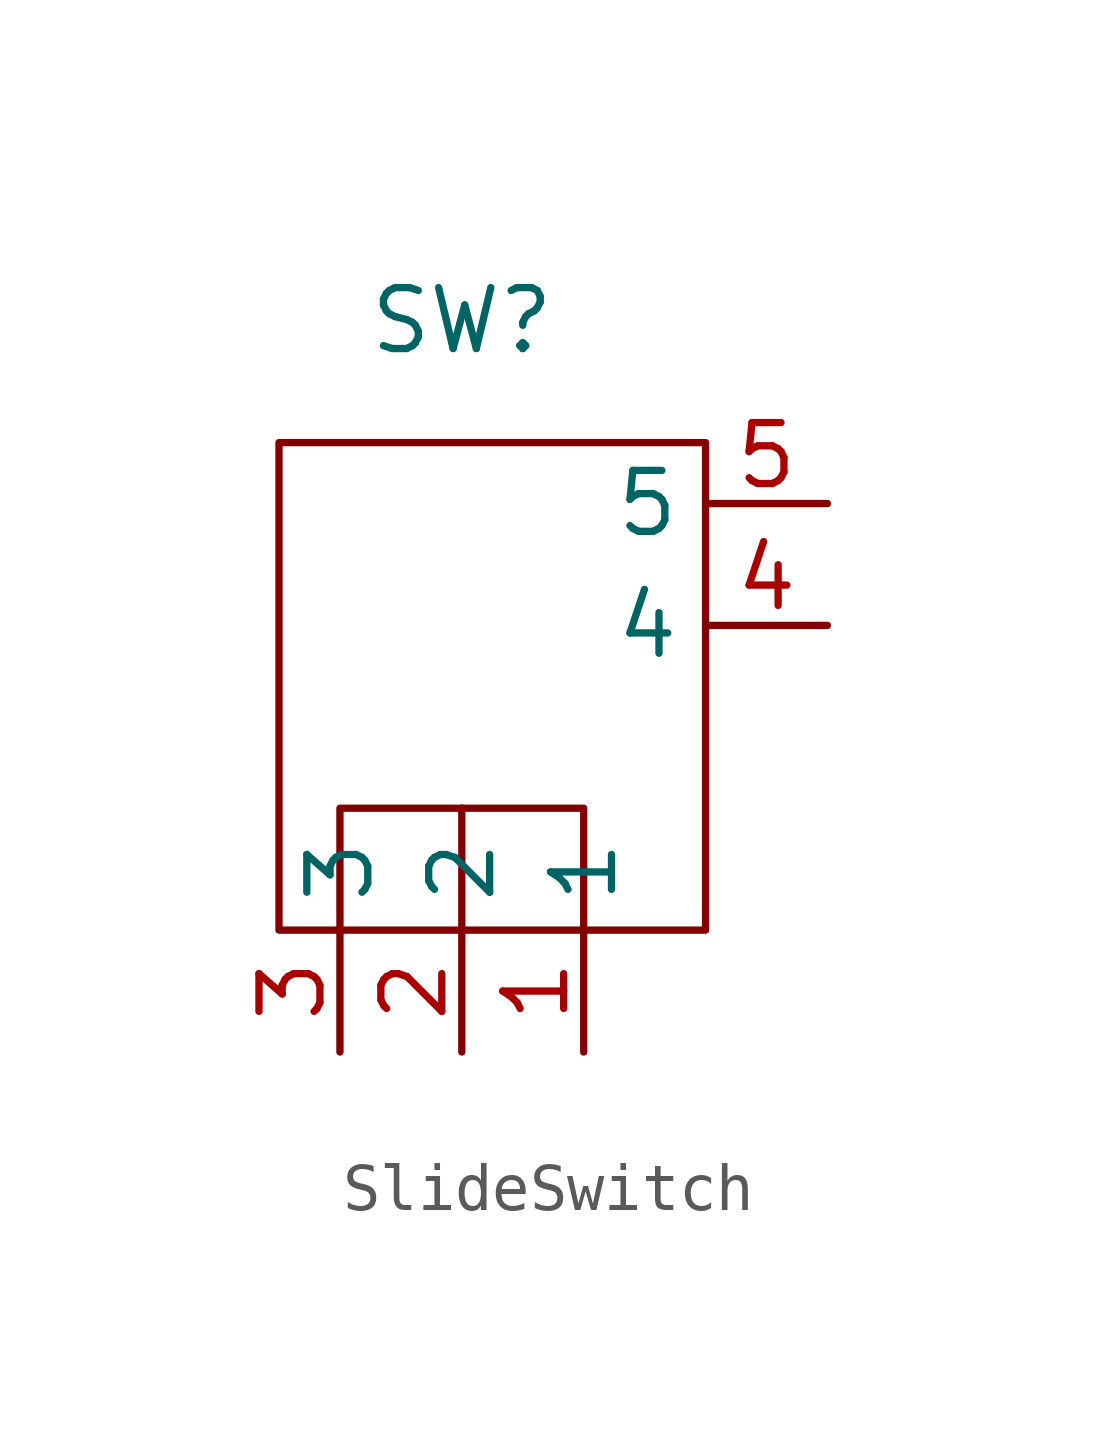
<source format=kicad_sym>
(kicad_symbol_lib
  (version 20241209)
  (generator "kicad_symbol_editor")
  (generator_version "9.0")
  (symbol "SlideSwitch"
    (property "Reference" "SW"
      (at -46.99 2.54 0)
      (effects (font (size 1.27 1.27))))
    (property "Value" ""
      (at -46.99 2.54 0)
      (effects (font (size 1.27 1.27))))
    (symbol "SlideSwitch_0_1"
      (rectangle (start -50.8 0) (end -41.91 -10.16) (stroke (width 0) (type default)) (fill (type none)))
      (polyline (pts (xy -49.53 -10.16) (xy -49.53 -7.62) (xy -46.99 -7.62)) (stroke (width 0) (type default)) (fill (type none)))
      (polyline (pts (xy -46.99 -7.62) (xy -46.99 -10.16)) (stroke (width 0) (type default)) (fill (type none)))
      (polyline (pts (xy -46.99 -7.62) (xy -44.45 -7.62) (xy -44.45 -10.16)) (stroke (width 0) (type default)) (fill (type none))))
    (symbol "SlideSwitch_1_1"
      (pin bidirectional line (at -49.53 -12.7 90) (length 2.54) (name "3" (effects (font (size 1.27 1.27)))) (number "3" (effects (font (size 1.27 1.27)))))
      (pin bidirectional line (at -46.99 -12.7 90) (length 2.54) (name "2" (effects (font (size 1.27 1.27)))) (number "2" (effects (font (size 1.27 1.27)))))
      (pin bidirectional line (at -44.45 -12.7 90) (length 2.54) (name "1" (effects (font (size 1.27 1.27)))) (number "1" (effects (font (size 1.27 1.27)))))
      (pin passive line (at -39.37 -1.27 180) (length 2.54) (name "5" (effects (font (size 1.27 1.27)))) (number "5" (effects (font (size 1.27 1.27)))))
      (pin passive line (at -39.37 -3.81 180) (length 2.54) (name "4" (effects (font (size 1.27 1.27)))) (number "4" (effects (font (size 1.27 1.27))))))))
</source>
